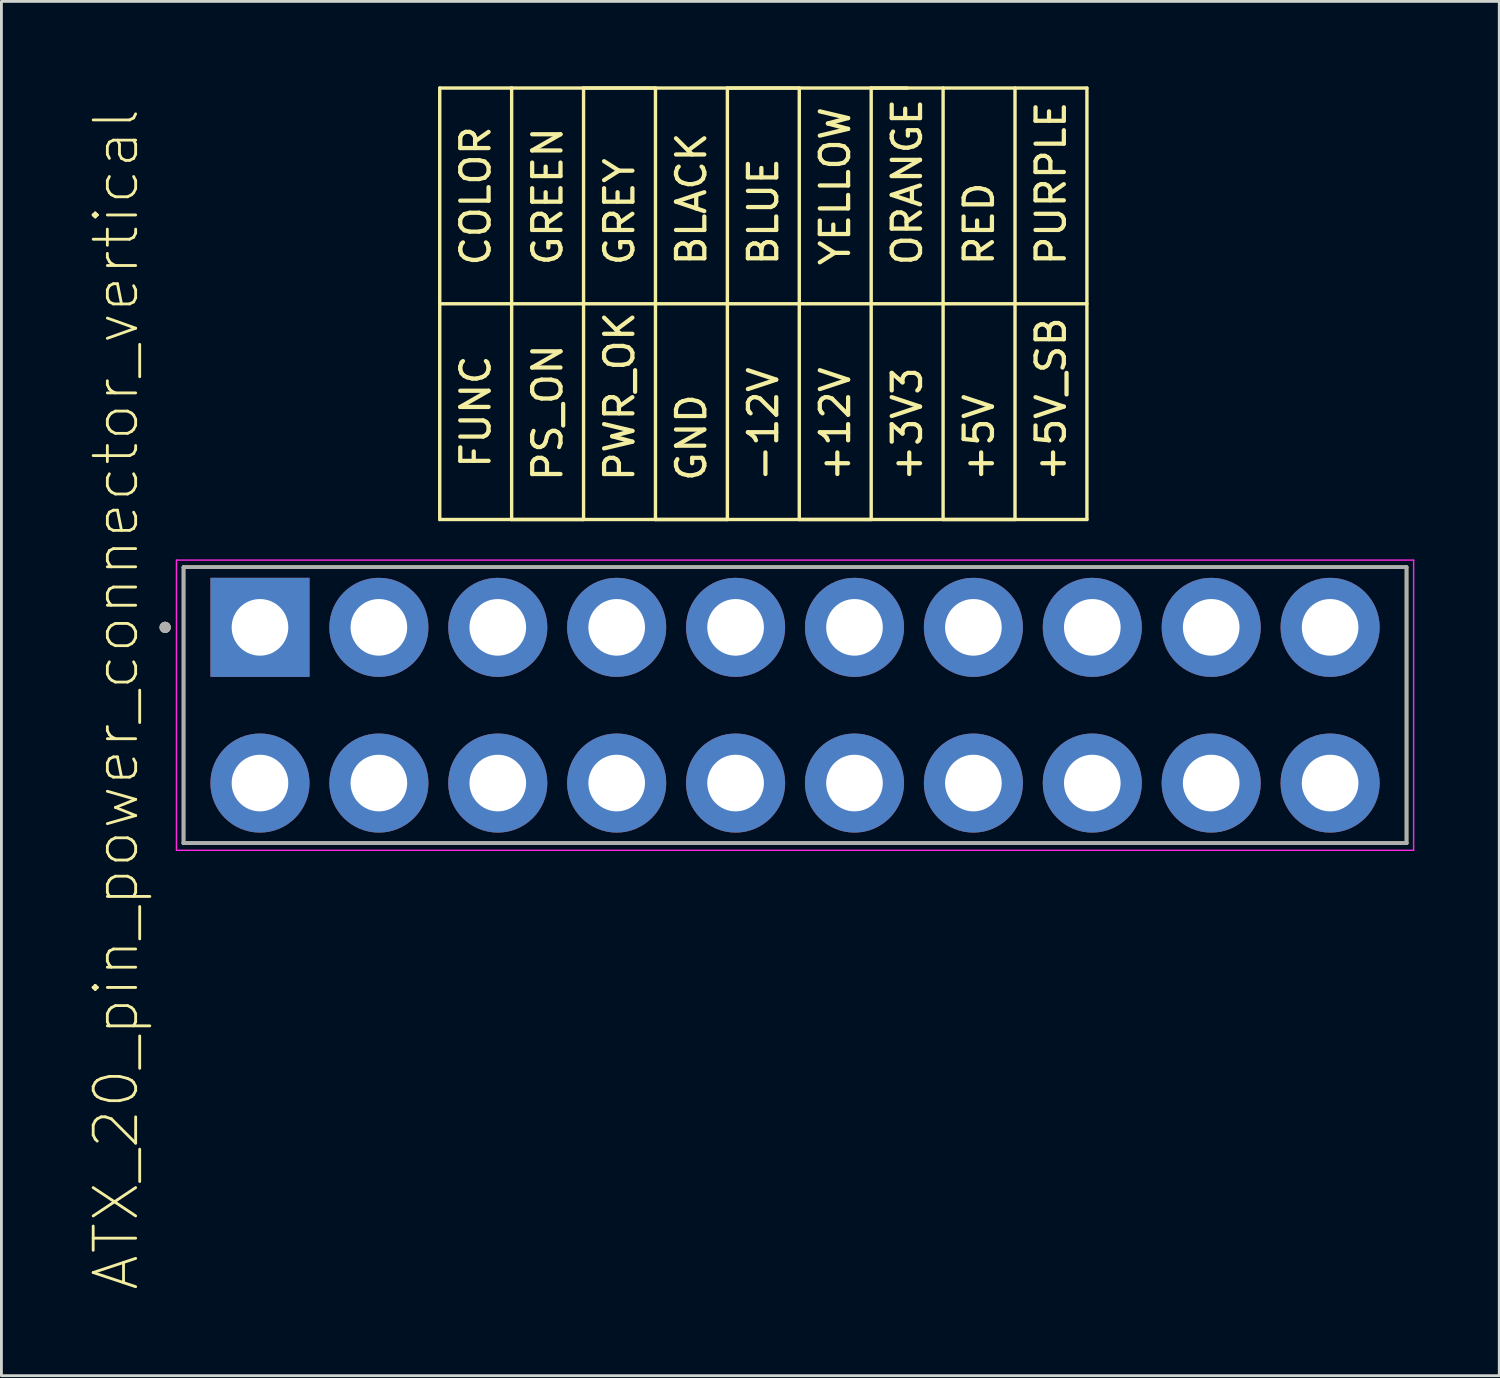
<source format=kicad_pcb>
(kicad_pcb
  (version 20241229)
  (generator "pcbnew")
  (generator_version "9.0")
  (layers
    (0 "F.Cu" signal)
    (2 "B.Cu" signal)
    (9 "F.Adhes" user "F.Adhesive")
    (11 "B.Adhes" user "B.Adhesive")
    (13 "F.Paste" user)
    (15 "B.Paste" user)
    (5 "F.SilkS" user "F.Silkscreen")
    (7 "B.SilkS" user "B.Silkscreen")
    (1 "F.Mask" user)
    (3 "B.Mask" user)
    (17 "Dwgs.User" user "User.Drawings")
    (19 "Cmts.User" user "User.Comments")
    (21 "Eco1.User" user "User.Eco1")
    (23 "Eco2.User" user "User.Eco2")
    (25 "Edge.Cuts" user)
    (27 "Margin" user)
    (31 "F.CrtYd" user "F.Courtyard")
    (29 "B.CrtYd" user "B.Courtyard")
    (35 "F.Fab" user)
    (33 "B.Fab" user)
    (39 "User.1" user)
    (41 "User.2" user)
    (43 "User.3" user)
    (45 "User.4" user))
  (footprint "ATX_20_pin_power_connector_vertical"
    (layer "F.Cu")
    (at 6.133 19.11)
    (property "Reference" "ATX_20_pin_power_connector_vertical" (at -5.08 2.54 90) (layer "F.SilkS") (effects (font (size 1.5 1.5) (thickness 0.1))))
    (attr through_hole)
    (fp_line (start -2.7 7.625) (end -2.7 -2.125) (stroke (width 0.127) (type solid)) (layer "F.SilkS"))
    (fp_line (start 6.35 -19.05) (end 8.89 -19.05) (stroke (width 0.12) (type solid)) (layer "F.SilkS"))
    (fp_line (start 6.35 -11.43) (end 6.35 -19.05) (stroke (width 0.12) (type solid)) (layer "F.SilkS"))
    (fp_line (start 6.35 -3.81) (end 6.35 -11.43) (stroke (width 0.12) (type solid)) (layer "F.SilkS"))
    (fp_line (start 8.89 -19.05) (end 8.89 -3.81) (stroke (width 0.12) (type solid)) (layer "F.SilkS"))
    (fp_line (start 8.89 -11.43) (end 6.35 -11.43) (stroke (width 0.12) (type solid)) (layer "F.SilkS"))
    (fp_line (start 8.89 -11.43) (end 29.21 -11.43) (stroke (width 0.12) (type solid)) (layer "F.SilkS"))
    (fp_line (start 8.89 -3.81) (end 6.35 -3.81) (stroke (width 0.12) (type solid)) (layer "F.SilkS"))
    (fp_line (start 8.89 -3.81) (end 11.43 -3.81) (stroke (width 0.12) (type solid)) (layer "F.SilkS"))
    (fp_line (start 8.89 -3.81) (end 29.21 -3.81) (stroke (width 0.12) (type solid)) (layer "F.SilkS"))
    (fp_line (start 11.43 -19.05) (end 13.97 -19.05) (stroke (width 0.12) (type solid)) (layer "F.SilkS"))
    (fp_line (start 11.43 -3.81) (end 11.43 -19.05) (stroke (width 0.12) (type solid)) (layer "F.SilkS"))
    (fp_line (start 13.97 -19.05) (end 13.97 -3.81) (stroke (width 0.12) (type solid)) (layer "F.SilkS"))
    (fp_line (start 13.97 -3.81) (end 16.51 -3.81) (stroke (width 0.12) (type solid)) (layer "F.SilkS"))
    (fp_line (start 16.51 -19.05) (end 19.05 -19.05) (stroke (width 0.12) (type solid)) (layer "F.SilkS"))
    (fp_line (start 16.51 -3.81) (end 16.51 -19.05) (stroke (width 0.12) (type solid)) (layer "F.SilkS"))
    (fp_line (start 19.05 -19.05) (end 19.05 -3.81) (stroke (width 0.12) (type solid)) (layer "F.SilkS"))
    (fp_line (start 19.05 -3.81) (end 21.59 -3.81) (stroke (width 0.12) (type solid)) (layer "F.SilkS"))
    (fp_line (start 21.59 -19.05) (end 22.86 -19.05) (stroke (width 0.12) (type solid)) (layer "F.SilkS"))
    (fp_line (start 21.59 -3.81) (end 21.59 -19.05) (stroke (width 0.12) (type solid)) (layer "F.SilkS"))
    (fp_line (start 24.13 -19.05) (end 24.13 -3.81) (stroke (width 0.12) (type solid)) (layer "F.SilkS"))
    (fp_line (start 24.13 -3.81) (end 26.67 -3.81) (stroke (width 0.12) (type solid)) (layer "F.SilkS"))
    (fp_line (start 26.67 -3.81) (end 26.67 -19.05) (stroke (width 0.12) (type solid)) (layer "F.SilkS"))
    (fp_line (start 29.21 -19.05) (end 8.89 -19.05) (stroke (width 0.12) (type solid)) (layer "F.SilkS"))
    (fp_line (start 29.21 -3.81) (end 29.21 -19.05) (stroke (width 0.12) (type solid)) (layer "F.SilkS"))
    (fp_line (start 40.5 -2.125) (end -2.7 -2.125) (stroke (width 0.127) (type solid)) (layer "F.SilkS"))
    (fp_line (start 40.5 -2.125) (end 40.5 7.625) (stroke (width 0.127) (type solid)) (layer "F.SilkS"))
    (fp_line (start 40.5 7.625) (end -2.7 7.625) (stroke (width 0.127) (type solid)) (layer "F.SilkS"))
    (fp_circle (center -3.35 0) (end -3.25 0) (stroke (width 0.2) (type solid)) (fill no) (layer "F.SilkS"))
    (fp_line (start -2.95 -2.375) (end 40.75 -2.375) (stroke (width 0.05) (type solid)) (layer "F.CrtYd"))
    (fp_line (start -2.95 7.875) (end -2.95 -2.375) (stroke (width 0.05) (type solid)) (layer "F.CrtYd"))
    (fp_line (start 40.75 -2.375) (end 40.75 7.875) (stroke (width 0.05) (type solid)) (layer "F.CrtYd"))
    (fp_line (start 40.75 7.875) (end -2.95 7.875) (stroke (width 0.05) (type solid)) (layer "F.CrtYd"))
    (fp_line (start -2.7 -2.125) (end 40.5 -2.125) (stroke (width 0.127) (type solid)) (layer "F.Fab"))
    (fp_line (start -2.7 7.625) (end -2.7 -2.125) (stroke (width 0.127) (type solid)) (layer "F.Fab"))
    (fp_line (start -2.7 7.625) (end -2.7 7.625) (stroke (width 0.127) (type solid)) (layer "F.Fab"))
    (fp_line (start -2.7 7.625) (end 40.5 7.625) (stroke (width 0.127) (type solid)) (layer "F.Fab"))
    (fp_line (start 40.5 -2.125) (end 40.5 7.625) (stroke (width 0.127) (type solid)) (layer "F.Fab"))
    (fp_line (start 40.5 7.625) (end -2.7 7.625) (stroke (width 0.127) (type solid)) (layer "F.Fab"))
    (fp_line (start 40.5 7.625) (end 40.5 7.625) (stroke (width 0.127) (type solid)) (layer "F.Fab"))
    (fp_circle (center -3.35 0) (end -3.25 0) (stroke (width 0.2) (type solid)) (fill no) (layer "F.Fab"))
    (fp_text user "PWR_OK" (at 12.7 -5.08 270) (layer "F.SilkS") (effects (font (size 1 1) (thickness 0.15)) (justify left)))
    (fp_text user "-12V" (at 17.78 -5.08 270) (layer "F.SilkS") (effects (font (size 1 1) (thickness 0.15)) (justify left)))
    (fp_text user "+12V" (at 20.32 -5.08 270) (layer "F.SilkS") (effects (font (size 1 1) (thickness 0.15)) (justify left)))
    (fp_text user "GREY" (at 12.7 -12.7 90) (layer "F.SilkS") (effects (font (size 1 1) (thickness 0.15)) (justify left)))
    (fp_text user "FUNC" (at 7.62 -7.62 90) (layer "F.SilkS") (effects (font (size 1 1) (thickness 0.15))))
    (fp_text user "+5V_SB" (at 27.94 -5.08 270) (layer "F.SilkS") (effects (font (size 1 1) (thickness 0.15)) (justify left)))
    (fp_text user "GND" (at 15.24 -5.08 270) (layer "F.SilkS") (effects (font (size 1 1) (thickness 0.15)) (justify left)))
    (fp_text user "PURPLE" (at 27.94 -12.7 90) (layer "F.SilkS") (effects (font (size 1 1) (thickness 0.15)) (justify left)))
    (fp_text user "COLOR" (at 7.62 -15.24 90) (layer "F.SilkS") (effects (font (size 1 1) (thickness 0.15))))
    (fp_text user "ORANGE" (at 22.86 -12.7 90) (layer "F.SilkS") (effects (font (size 1 1) (thickness 0.15)) (justify left)))
    (fp_text user "+3V3" (at 22.86 -5.08 270) (layer "F.SilkS") (effects (font (size 1 1) (thickness 0.15)) (justify left)))
    (fp_text user "BLACK" (at 15.24 -12.7 90) (layer "F.SilkS") (effects (font (size 1 1) (thickness 0.15)) (justify left)))
    (fp_text user "YELLOW" (at 20.32 -12.7 90) (layer "F.SilkS") (effects (font (size 1 1) (thickness 0.15)) (justify left)))
    (fp_text user "PS_ON" (at 10.16 -5.08 270) (layer "F.SilkS") (effects (font (size 1 1) (thickness 0.15)) (justify left)))
    (fp_text user "RED" (at 25.4 -12.7 90) (layer "F.SilkS") (effects (font (size 1 1) (thickness 0.15)) (justify left)))
    (fp_text user "BLUE" (at 17.78 -12.7 90) (layer "F.SilkS") (effects (font (size 1 1) (thickness 0.15)) (justify left)))
    (fp_text user "+5V" (at 25.4 -5.08 270) (layer "F.SilkS") (effects (font (size 1 1) (thickness 0.15)) (justify left)))
    (fp_text user "GREEN" (at 10.16 -12.7 90) (layer "F.SilkS") (effects (font (size 1 1) (thickness 0.15)) (justify left)))
    (pad "+3V3" thru_hole rect (at 0 0) (size 3.5 3.5) (drill 2) (layers "*.Cu" "*.Mask"))
    (pad "+3V3" thru_hole circle (at 0 5.5) (size 3.5 3.5) (drill 2) (layers "*.Cu" "*.Mask"))
    (pad "+3V3" thru_hole circle (at 4.2 0) (size 3.5 3.5) (drill 2) (layers "*.Cu" "*.Mask"))
    (pad "+5V" thru_hole circle (at 12.6 0) (size 3.5 3.5) (drill 2) (layers "*.Cu" "*.Mask"))
    (pad "+5V" thru_hole circle (at 21 0) (size 3.5 3.5) (drill 2) (layers "*.Cu" "*.Mask"))
    (pad "+5V" thru_hole circle (at 33.6 5.5) (size 3.5 3.5) (drill 2) (layers "*.Cu" "*.Mask"))
    (pad "+5V" thru_hole circle (at 37.8 5.5) (size 3.5 3.5) (drill 2) (layers "*.Cu" "*.Mask"))
    (pad "+5V_SB" thru_hole circle (at 33.6 0) (size 3.5 3.5) (drill 2) (layers "*.Cu" "*.Mask"))
    (pad "+12V" thru_hole circle (at 37.8 0) (size 3.5 3.5) (drill 2) (layers "*.Cu" "*.Mask"))
    (pad "-5V" thru_hole circle (at 29.4 5.5) (size 3.5 3.5) (drill 2) (layers "*.Cu" "*.Mask"))
    (pad "-12V" thru_hole circle (at 4.2 5.5) (size 3.5 3.5) (drill 2) (layers "*.Cu" "*.Mask"))
    (pad "COM" thru_hole circle (at 8.4 0) (size 3.5 3.5) (drill 2) (layers "*.Cu" "*.Mask"))
    (pad "COM" thru_hole circle (at 8.4 5.5) (size 3.5 3.5) (drill 2) (layers "*.Cu" "*.Mask"))
    (pad "COM" thru_hole circle (at 16.8 0) (size 3.5 3.5) (drill 2) (layers "*.Cu" "*.Mask"))
    (pad "COM" thru_hole circle (at 16.8 5.5) (size 3.5 3.5) (drill 2) (layers "*.Cu" "*.Mask"))
    (pad "COM" thru_hole circle (at 21 5.5) (size 3.5 3.5) (drill 2) (layers "*.Cu" "*.Mask"))
    (pad "COM" thru_hole circle (at 25.2 0) (size 3.5 3.5) (drill 2) (layers "*.Cu" "*.Mask"))
    (pad "COM" thru_hole circle (at 25.2 5.5) (size 3.5 3.5) (drill 2) (layers "*.Cu" "*.Mask"))
    (pad "PS_ON" thru_hole circle (at 12.6 5.5) (size 3.5 3.5) (drill 2) (layers "*.Cu" "*.Mask"))
    (pad "PWR_OK" thru_hole circle (at 29.4 0) (size 3.5 3.5) (drill 2) (layers "*.Cu" "*.Mask")))
  (gr_rect
    (start -3 -3)
    (end 49.908 45.543)
    (stroke (width 0.1) (type default))
    (fill no)
    (layer "Edge.Cuts")))
</source>
